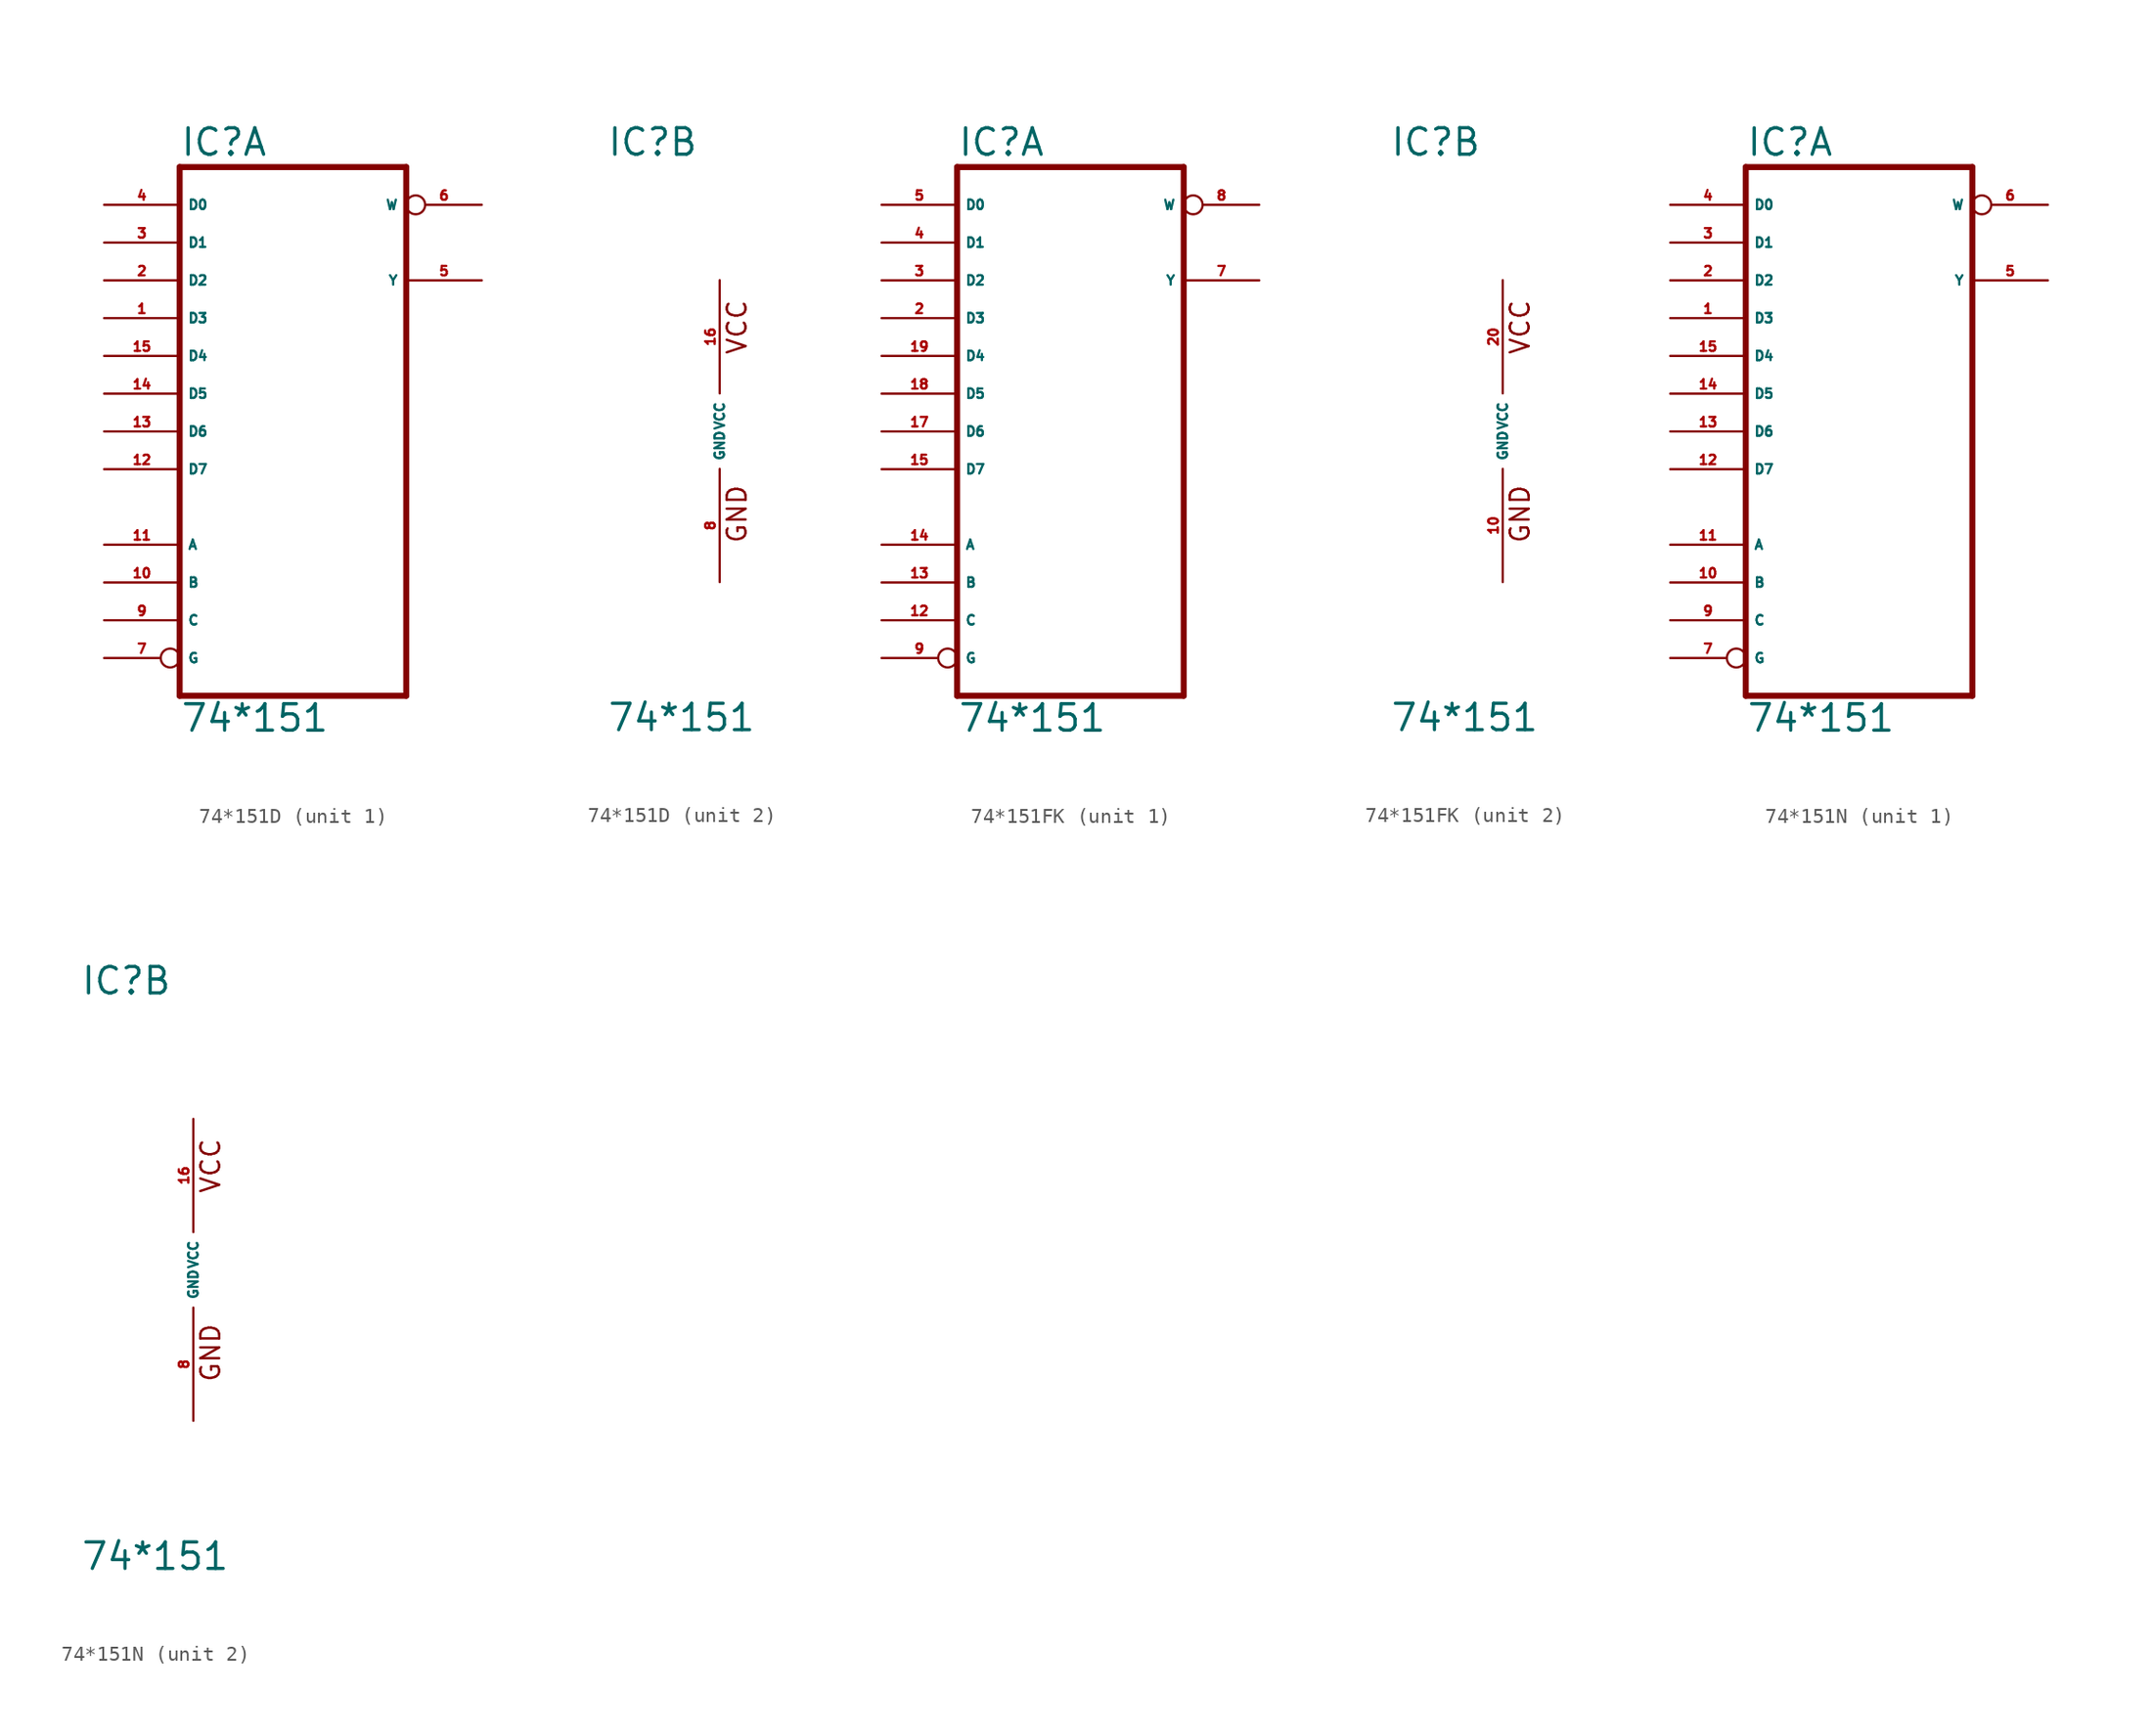
<source format=kicad_sym>
(kicad_symbol_lib
  (version 20220914)
  (generator Eagle2Kicad)
  (symbol "74*151D"
    (property "Reference" "IC"
      (at -7.62 18.415 0)
      (effects (font (size 1.778 1.778) (thickness 0.22)) (justify left bottom)))
    (property "Value" "74*151"
      (at -7.62 -20.32 0)
      (effects (font (size 1.778 1.778) (thickness 0.22)) (justify left bottom)))
    (symbol "74*151D_1_0"
      (polyline (pts (xy -7.62 -17.78) (xy 7.62 -17.78)) (stroke (width 0.406) (type default)) (fill (type none)))
      (polyline (pts (xy 7.62 -17.78) (xy 7.62 17.78)) (stroke (width 0.406) (type default)) (fill (type none)))
      (polyline (pts (xy 7.62 17.78) (xy -7.62 17.78)) (stroke (width 0.406) (type default)) (fill (type none)))
      (polyline (pts (xy -7.62 17.78) (xy -7.62 -17.78)) (stroke (width 0.406) (type default)) (fill (type none)))
      (pin input line (at -12.7 7.62 0) (length 5.08) (name "D3" (effects (font (size 0.635 0.635) (thickness 0.08)) (justify left bottom))) (number "1" (effects (font (size 0.635 0.635) (thickness 0.08)) (justify left bottom))))
      (pin input line (at -12.7 10.16 0) (length 5.08) (name "D2" (effects (font (size 0.635 0.635) (thickness 0.08)) (justify left bottom))) (number "2" (effects (font (size 0.635 0.635) (thickness 0.08)) (justify left bottom))))
      (pin input line (at -12.7 12.7 0) (length 5.08) (name "D1" (effects (font (size 0.635 0.635) (thickness 0.08)) (justify left bottom))) (number "3" (effects (font (size 0.635 0.635) (thickness 0.08)) (justify left bottom))))
      (pin input line (at -12.7 15.24 0) (length 5.08) (name "D0" (effects (font (size 0.635 0.635) (thickness 0.08)) (justify left bottom))) (number "4" (effects (font (size 0.635 0.635) (thickness 0.08)) (justify left bottom))))
      (pin output line (at 12.7 10.16 180) (length 5.08) (name "Y" (effects (font (size 0.635 0.635) (thickness 0.08)) (justify left bottom))) (number "5" (effects (font (size 0.635 0.635) (thickness 0.08)) (justify left bottom))))
      (pin output inverted (at 12.7 15.24 180) (length 5.08) (name "W" (effects (font (size 0.635 0.635) (thickness 0.08)) (justify left bottom))) (number "6" (effects (font (size 0.635 0.635) (thickness 0.08)) (justify left bottom))))
      (pin input inverted (at -12.7 -15.24 0) (length 5.08) (name "G" (effects (font (size 0.635 0.635) (thickness 0.08)) (justify left bottom))) (number "7" (effects (font (size 0.635 0.635) (thickness 0.08)) (justify left bottom))))
      (pin input line (at -12.7 -12.7 0) (length 5.08) (name "C" (effects (font (size 0.635 0.635) (thickness 0.08)) (justify left bottom))) (number "9" (effects (font (size 0.635 0.635) (thickness 0.08)) (justify left bottom))))
      (pin input line (at -12.7 -10.16 0) (length 5.08) (name "B" (effects (font (size 0.635 0.635) (thickness 0.08)) (justify left bottom))) (number "10" (effects (font (size 0.635 0.635) (thickness 0.08)) (justify left bottom))))
      (pin input line (at -12.7 -7.62 0) (length 5.08) (name "A" (effects (font (size 0.635 0.635) (thickness 0.08)) (justify left bottom))) (number "11" (effects (font (size 0.635 0.635) (thickness 0.08)) (justify left bottom))))
      (pin input line (at -12.7 -2.54 0) (length 5.08) (name "D7" (effects (font (size 0.635 0.635) (thickness 0.08)) (justify left bottom))) (number "12" (effects (font (size 0.635 0.635) (thickness 0.08)) (justify left bottom))))
      (pin input line (at -12.7 0 0) (length 5.08) (name "D6" (effects (font (size 0.635 0.635) (thickness 0.08)) (justify left bottom))) (number "13" (effects (font (size 0.635 0.635) (thickness 0.08)) (justify left bottom))))
      (pin input line (at -12.7 2.54 0) (length 5.08) (name "D5" (effects (font (size 0.635 0.635) (thickness 0.08)) (justify left bottom))) (number "14" (effects (font (size 0.635 0.635) (thickness 0.08)) (justify left bottom))))
      (pin input line (at -12.7 5.08 0) (length 5.08) (name "D4" (effects (font (size 0.635 0.635) (thickness 0.08)) (justify left bottom))) (number "15" (effects (font (size 0.635 0.635) (thickness 0.08)) (justify left bottom)))))
    (symbol "74*151D_2_0"
      (text "GND" (at 1.905 -7.62 900) (effects (font (size 1.27 1.27) (thickness 0.16)) (justify left bottom)))
      (text "VCC" (at 1.905 5.08 900) (effects (font (size 1.27 1.27) (thickness 0.16)) (justify left bottom)))
      (pin unspecified line (at 0 -10.16 90) (length 7.62) (name "GND" (effects (font (size 0.635 0.635) (thickness 0.08)) (justify left bottom))) (number "8" (effects (font (size 0.635 0.635) (thickness 0.08)) (justify left bottom))))
      (pin unspecified line (at 0 10.16 270) (length 7.62) (name "VCC" (effects (font (size 0.635 0.635) (thickness 0.08)) (justify left bottom))) (number "16" (effects (font (size 0.635 0.635) (thickness 0.08)) (justify left bottom))))))
  (symbol "74*151FK"
    (property "Reference" "IC"
      (at -7.62 18.415 0)
      (effects (font (size 1.778 1.778) (thickness 0.22)) (justify left bottom)))
    (property "Value" "74*151"
      (at -7.62 -20.32 0)
      (effects (font (size 1.778 1.778) (thickness 0.22)) (justify left bottom)))
    (symbol "74*151FK_1_0"
      (polyline (pts (xy -7.62 -17.78) (xy 7.62 -17.78)) (stroke (width 0.406) (type default)) (fill (type none)))
      (polyline (pts (xy 7.62 -17.78) (xy 7.62 17.78)) (stroke (width 0.406) (type default)) (fill (type none)))
      (polyline (pts (xy 7.62 17.78) (xy -7.62 17.78)) (stroke (width 0.406) (type default)) (fill (type none)))
      (polyline (pts (xy -7.62 17.78) (xy -7.62 -17.78)) (stroke (width 0.406) (type default)) (fill (type none)))
      (pin input line (at -12.7 7.62 0) (length 5.08) (name "D3" (effects (font (size 0.635 0.635) (thickness 0.08)) (justify left bottom))) (number "2" (effects (font (size 0.635 0.635) (thickness 0.08)) (justify left bottom))))
      (pin input line (at -12.7 10.16 0) (length 5.08) (name "D2" (effects (font (size 0.635 0.635) (thickness 0.08)) (justify left bottom))) (number "3" (effects (font (size 0.635 0.635) (thickness 0.08)) (justify left bottom))))
      (pin input line (at -12.7 12.7 0) (length 5.08) (name "D1" (effects (font (size 0.635 0.635) (thickness 0.08)) (justify left bottom))) (number "4" (effects (font (size 0.635 0.635) (thickness 0.08)) (justify left bottom))))
      (pin input line (at -12.7 15.24 0) (length 5.08) (name "D0" (effects (font (size 0.635 0.635) (thickness 0.08)) (justify left bottom))) (number "5" (effects (font (size 0.635 0.635) (thickness 0.08)) (justify left bottom))))
      (pin output line (at 12.7 10.16 180) (length 5.08) (name "Y" (effects (font (size 0.635 0.635) (thickness 0.08)) (justify left bottom))) (number "7" (effects (font (size 0.635 0.635) (thickness 0.08)) (justify left bottom))))
      (pin output inverted (at 12.7 15.24 180) (length 5.08) (name "W" (effects (font (size 0.635 0.635) (thickness 0.08)) (justify left bottom))) (number "8" (effects (font (size 0.635 0.635) (thickness 0.08)) (justify left bottom))))
      (pin input inverted (at -12.7 -15.24 0) (length 5.08) (name "G" (effects (font (size 0.635 0.635) (thickness 0.08)) (justify left bottom))) (number "9" (effects (font (size 0.635 0.635) (thickness 0.08)) (justify left bottom))))
      (pin input line (at -12.7 -12.7 0) (length 5.08) (name "C" (effects (font (size 0.635 0.635) (thickness 0.08)) (justify left bottom))) (number "12" (effects (font (size 0.635 0.635) (thickness 0.08)) (justify left bottom))))
      (pin input line (at -12.7 -10.16 0) (length 5.08) (name "B" (effects (font (size 0.635 0.635) (thickness 0.08)) (justify left bottom))) (number "13" (effects (font (size 0.635 0.635) (thickness 0.08)) (justify left bottom))))
      (pin input line (at -12.7 -7.62 0) (length 5.08) (name "A" (effects (font (size 0.635 0.635) (thickness 0.08)) (justify left bottom))) (number "14" (effects (font (size 0.635 0.635) (thickness 0.08)) (justify left bottom))))
      (pin input line (at -12.7 -2.54 0) (length 5.08) (name "D7" (effects (font (size 0.635 0.635) (thickness 0.08)) (justify left bottom))) (number "15" (effects (font (size 0.635 0.635) (thickness 0.08)) (justify left bottom))))
      (pin input line (at -12.7 0 0) (length 5.08) (name "D6" (effects (font (size 0.635 0.635) (thickness 0.08)) (justify left bottom))) (number "17" (effects (font (size 0.635 0.635) (thickness 0.08)) (justify left bottom))))
      (pin input line (at -12.7 2.54 0) (length 5.08) (name "D5" (effects (font (size 0.635 0.635) (thickness 0.08)) (justify left bottom))) (number "18" (effects (font (size 0.635 0.635) (thickness 0.08)) (justify left bottom))))
      (pin input line (at -12.7 5.08 0) (length 5.08) (name "D4" (effects (font (size 0.635 0.635) (thickness 0.08)) (justify left bottom))) (number "19" (effects (font (size 0.635 0.635) (thickness 0.08)) (justify left bottom)))))
    (symbol "74*151FK_2_0"
      (text "GND" (at 1.905 -7.62 900) (effects (font (size 1.27 1.27) (thickness 0.16)) (justify left bottom)))
      (text "VCC" (at 1.905 5.08 900) (effects (font (size 1.27 1.27) (thickness 0.16)) (justify left bottom)))
      (pin unspecified line (at 0 -10.16 90) (length 7.62) (name "GND" (effects (font (size 0.635 0.635) (thickness 0.08)) (justify left bottom))) (number "10" (effects (font (size 0.635 0.635) (thickness 0.08)) (justify left bottom))))
      (pin unspecified line (at 0 10.16 270) (length 7.62) (name "VCC" (effects (font (size 0.635 0.635) (thickness 0.08)) (justify left bottom))) (number "20" (effects (font (size 0.635 0.635) (thickness 0.08)) (justify left bottom))))))
  (symbol "74*151N"
    (property "Reference" "IC"
      (at -7.62 18.415 0)
      (effects (font (size 1.778 1.778) (thickness 0.22)) (justify left bottom)))
    (property "Value" "74*151"
      (at -7.62 -20.32 0)
      (effects (font (size 1.778 1.778) (thickness 0.22)) (justify left bottom)))
    (symbol "74*151N_1_0"
      (polyline (pts (xy -7.62 -17.78) (xy 7.62 -17.78)) (stroke (width 0.406) (type default)) (fill (type none)))
      (polyline (pts (xy 7.62 -17.78) (xy 7.62 17.78)) (stroke (width 0.406) (type default)) (fill (type none)))
      (polyline (pts (xy 7.62 17.78) (xy -7.62 17.78)) (stroke (width 0.406) (type default)) (fill (type none)))
      (polyline (pts (xy -7.62 17.78) (xy -7.62 -17.78)) (stroke (width 0.406) (type default)) (fill (type none)))
      (pin input line (at -12.7 7.62 0) (length 5.08) (name "D3" (effects (font (size 0.635 0.635) (thickness 0.08)) (justify left bottom))) (number "1" (effects (font (size 0.635 0.635) (thickness 0.08)) (justify left bottom))))
      (pin input line (at -12.7 10.16 0) (length 5.08) (name "D2" (effects (font (size 0.635 0.635) (thickness 0.08)) (justify left bottom))) (number "2" (effects (font (size 0.635 0.635) (thickness 0.08)) (justify left bottom))))
      (pin input line (at -12.7 12.7 0) (length 5.08) (name "D1" (effects (font (size 0.635 0.635) (thickness 0.08)) (justify left bottom))) (number "3" (effects (font (size 0.635 0.635) (thickness 0.08)) (justify left bottom))))
      (pin input line (at -12.7 15.24 0) (length 5.08) (name "D0" (effects (font (size 0.635 0.635) (thickness 0.08)) (justify left bottom))) (number "4" (effects (font (size 0.635 0.635) (thickness 0.08)) (justify left bottom))))
      (pin output line (at 12.7 10.16 180) (length 5.08) (name "Y" (effects (font (size 0.635 0.635) (thickness 0.08)) (justify left bottom))) (number "5" (effects (font (size 0.635 0.635) (thickness 0.08)) (justify left bottom))))
      (pin output inverted (at 12.7 15.24 180) (length 5.08) (name "W" (effects (font (size 0.635 0.635) (thickness 0.08)) (justify left bottom))) (number "6" (effects (font (size 0.635 0.635) (thickness 0.08)) (justify left bottom))))
      (pin input inverted (at -12.7 -15.24 0) (length 5.08) (name "G" (effects (font (size 0.635 0.635) (thickness 0.08)) (justify left bottom))) (number "7" (effects (font (size 0.635 0.635) (thickness 0.08)) (justify left bottom))))
      (pin input line (at -12.7 -12.7 0) (length 5.08) (name "C" (effects (font (size 0.635 0.635) (thickness 0.08)) (justify left bottom))) (number "9" (effects (font (size 0.635 0.635) (thickness 0.08)) (justify left bottom))))
      (pin input line (at -12.7 -10.16 0) (length 5.08) (name "B" (effects (font (size 0.635 0.635) (thickness 0.08)) (justify left bottom))) (number "10" (effects (font (size 0.635 0.635) (thickness 0.08)) (justify left bottom))))
      (pin input line (at -12.7 -7.62 0) (length 5.08) (name "A" (effects (font (size 0.635 0.635) (thickness 0.08)) (justify left bottom))) (number "11" (effects (font (size 0.635 0.635) (thickness 0.08)) (justify left bottom))))
      (pin input line (at -12.7 -2.54 0) (length 5.08) (name "D7" (effects (font (size 0.635 0.635) (thickness 0.08)) (justify left bottom))) (number "12" (effects (font (size 0.635 0.635) (thickness 0.08)) (justify left bottom))))
      (pin input line (at -12.7 0 0) (length 5.08) (name "D6" (effects (font (size 0.635 0.635) (thickness 0.08)) (justify left bottom))) (number "13" (effects (font (size 0.635 0.635) (thickness 0.08)) (justify left bottom))))
      (pin input line (at -12.7 2.54 0) (length 5.08) (name "D5" (effects (font (size 0.635 0.635) (thickness 0.08)) (justify left bottom))) (number "14" (effects (font (size 0.635 0.635) (thickness 0.08)) (justify left bottom))))
      (pin input line (at -12.7 5.08 0) (length 5.08) (name "D4" (effects (font (size 0.635 0.635) (thickness 0.08)) (justify left bottom))) (number "15" (effects (font (size 0.635 0.635) (thickness 0.08)) (justify left bottom)))))
    (symbol "74*151N_2_0"
      (text "GND" (at 1.905 -7.62 900) (effects (font (size 1.27 1.27) (thickness 0.16)) (justify left bottom)))
      (text "VCC" (at 1.905 5.08 900) (effects (font (size 1.27 1.27) (thickness 0.16)) (justify left bottom)))
      (pin unspecified line (at 0 -10.16 90) (length 7.62) (name "GND" (effects (font (size 0.635 0.635) (thickness 0.08)) (justify left bottom))) (number "8" (effects (font (size 0.635 0.635) (thickness 0.08)) (justify left bottom))))
      (pin unspecified line (at 0 10.16 270) (length 7.62) (name "VCC" (effects (font (size 0.635 0.635) (thickness 0.08)) (justify left bottom))) (number "16" (effects (font (size 0.635 0.635) (thickness 0.08)) (justify left bottom)))))))
</source>
